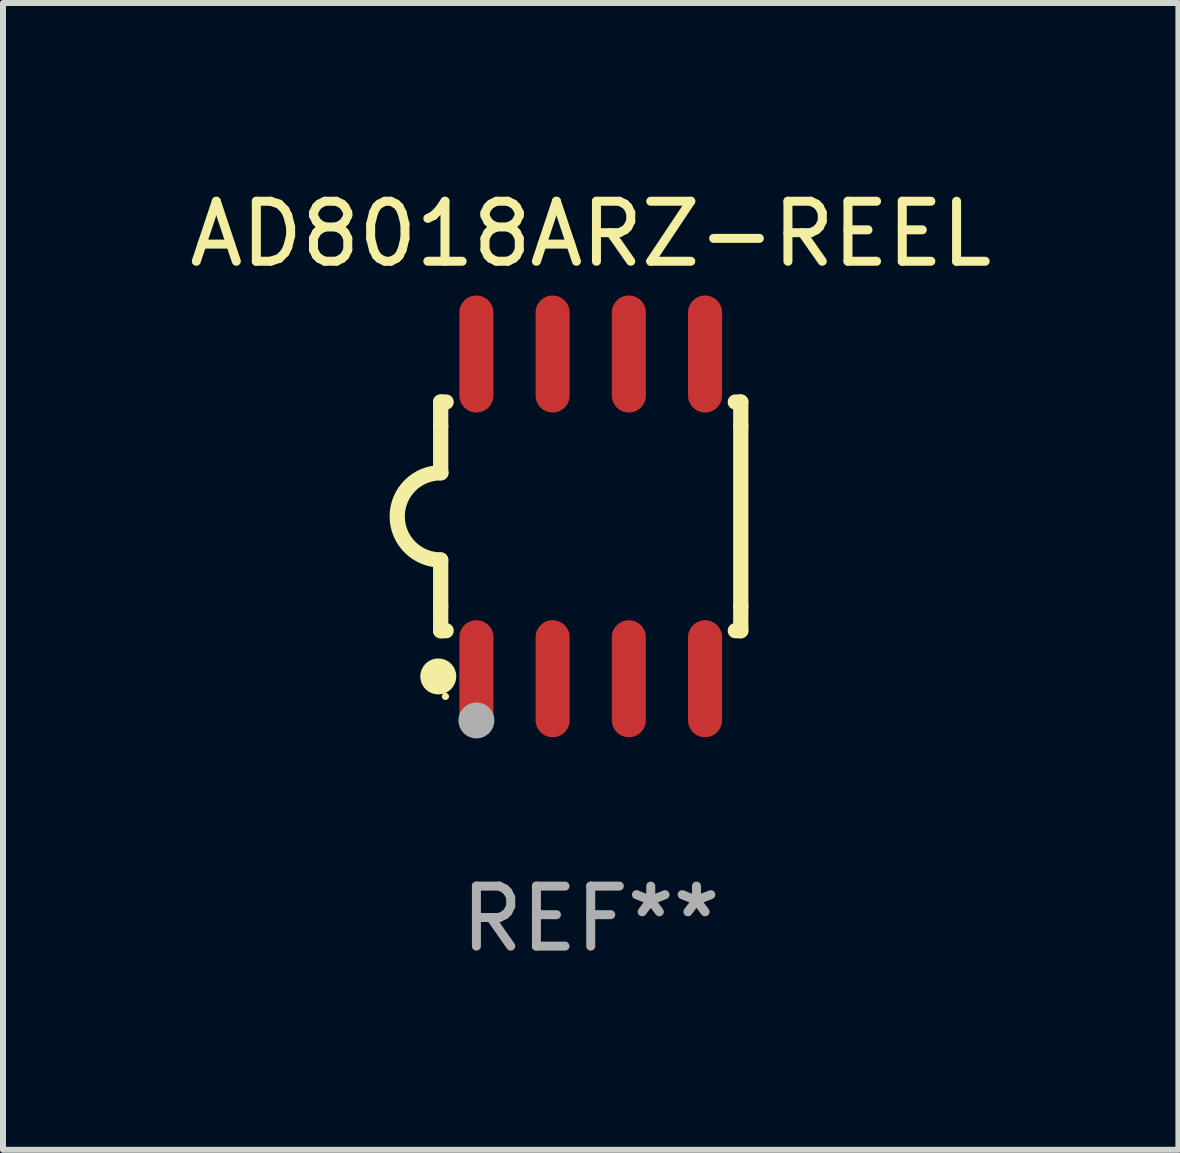
<source format=kicad_pcb>
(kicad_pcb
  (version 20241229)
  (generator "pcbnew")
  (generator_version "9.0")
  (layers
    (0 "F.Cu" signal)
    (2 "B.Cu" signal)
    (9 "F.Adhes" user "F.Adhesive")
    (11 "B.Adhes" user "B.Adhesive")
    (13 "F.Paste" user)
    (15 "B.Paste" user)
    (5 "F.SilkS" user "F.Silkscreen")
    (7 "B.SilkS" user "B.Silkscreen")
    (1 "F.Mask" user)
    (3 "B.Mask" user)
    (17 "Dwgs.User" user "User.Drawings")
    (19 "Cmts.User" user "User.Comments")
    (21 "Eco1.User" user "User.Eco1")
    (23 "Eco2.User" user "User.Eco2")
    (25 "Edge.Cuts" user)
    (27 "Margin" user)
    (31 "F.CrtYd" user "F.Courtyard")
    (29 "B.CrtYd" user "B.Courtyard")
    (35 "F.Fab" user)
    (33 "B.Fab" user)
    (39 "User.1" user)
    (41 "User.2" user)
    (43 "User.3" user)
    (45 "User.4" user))
  (footprint "AD8018ARZ-REEL"
    (layer "F.Cu")
    (at 6.792 5.553)
    (property "Reference" "AD8018ARZ-REEL" (at 0 -4.705 0) (layer "F.SilkS") (effects (font (size 1 1) (thickness 0.15))))
    (attr through_hole)
    (fp_line (start -2.5 -1.905) (end -2.409 -1.905) (stroke (width 0.254) (type solid)) (layer "F.SilkS"))
    (fp_line (start -2.5 -1.5) (end -2.5 -1.905) (stroke (width 0.254) (type solid)) (layer "F.SilkS"))
    (fp_line (start -2.5 -1.5) (end -2.5 -0.726) (stroke (width 0.254) (type solid)) (layer "F.SilkS"))
    (fp_line (start -2.5 1.5) (end -2.5 0.727) (stroke (width 0.254) (type solid)) (layer "F.SilkS"))
    (fp_line (start -2.5 1.5) (end -2.5 1.905) (stroke (width 0.254) (type solid)) (layer "F.SilkS"))
    (fp_line (start -2.5 1.905) (end -2.409 1.905) (stroke (width 0.254) (type solid)) (layer "F.SilkS"))
    (fp_line (start 2.5 -1.905) (end 2.409 -1.905) (stroke (width 0.254) (type solid)) (layer "F.SilkS"))
    (fp_line (start 2.5 -1.5) (end 2.5 -1.905) (stroke (width 0.254) (type solid)) (layer "F.SilkS"))
    (fp_line (start 2.5 -1.5) (end 2.5 1.5) (stroke (width 0.254) (type solid)) (layer "F.SilkS"))
    (fp_line (start 2.5 1.5) (end 2.5 1.905) (stroke (width 0.254) (type solid)) (layer "F.SilkS"))
    (fp_line (start 2.5 1.905) (end 2.409 1.905) (stroke (width 0.254) (type solid)) (layer "F.SilkS"))
    (fp_arc (start -2.5 0.726568) (mid -3.220316 -0.0023) (end -2.495097 -0.726289) (stroke (width 0.254001) (type solid)) (layer "F.SilkS"))
    (fp_circle (center -2.54 2.667) (end -2.39 2.667) (stroke (width 0.3) (type solid)) (fill no) (layer "F.SilkS"))
    (fp_circle (center -2.42 3) (end -2.39 3) (stroke (width 0.06) (type solid)) (fill no) (layer "F.SilkS"))
    (fp_circle (center -1.905 3.4) (end -1.755 3.4) (stroke (width 0.3) (type solid)) (fill no) (layer "F.Fab"))
    (fp_text user "REF**" (at 0 6.705 0) (layer "F.Fab") (effects (font (size 1 1) (thickness 0.15))))
    (pad "1" smd oval (at -1.905 2.705) (size 0.568 1.95) (layers "F.Cu" "F.Mask" "F.Paste"))
    (pad "2" smd oval (at -0.635 2.705) (size 0.568 1.95) (layers "F.Cu" "F.Mask" "F.Paste"))
    (pad "3" smd oval (at 0.635 2.705) (size 0.568 1.95) (layers "F.Cu" "F.Mask" "F.Paste"))
    (pad "4" smd oval (at 1.905 2.705) (size 0.568 1.95) (layers "F.Cu" "F.Mask" "F.Paste"))
    (pad "5" smd oval (at 1.905 -2.705) (size 0.568 1.95) (layers "F.Cu" "F.Mask" "F.Paste"))
    (pad "6" smd oval (at 0.635 -2.705) (size 0.568 1.95) (layers "F.Cu" "F.Mask" "F.Paste"))
    (pad "7" smd oval (at -0.635 -2.705) (size 0.568 1.95) (layers "F.Cu" "F.Mask" "F.Paste"))
    (pad "8" smd oval (at -1.905 -2.705) (size 0.568 1.95) (layers "F.Cu" "F.Mask" "F.Paste")))
  (gr_rect
    (start -3 -3)
    (end 16.583 16.107)
    (stroke (width 0.1) (type default))
    (fill no)
    (layer "Edge.Cuts")))
</source>
